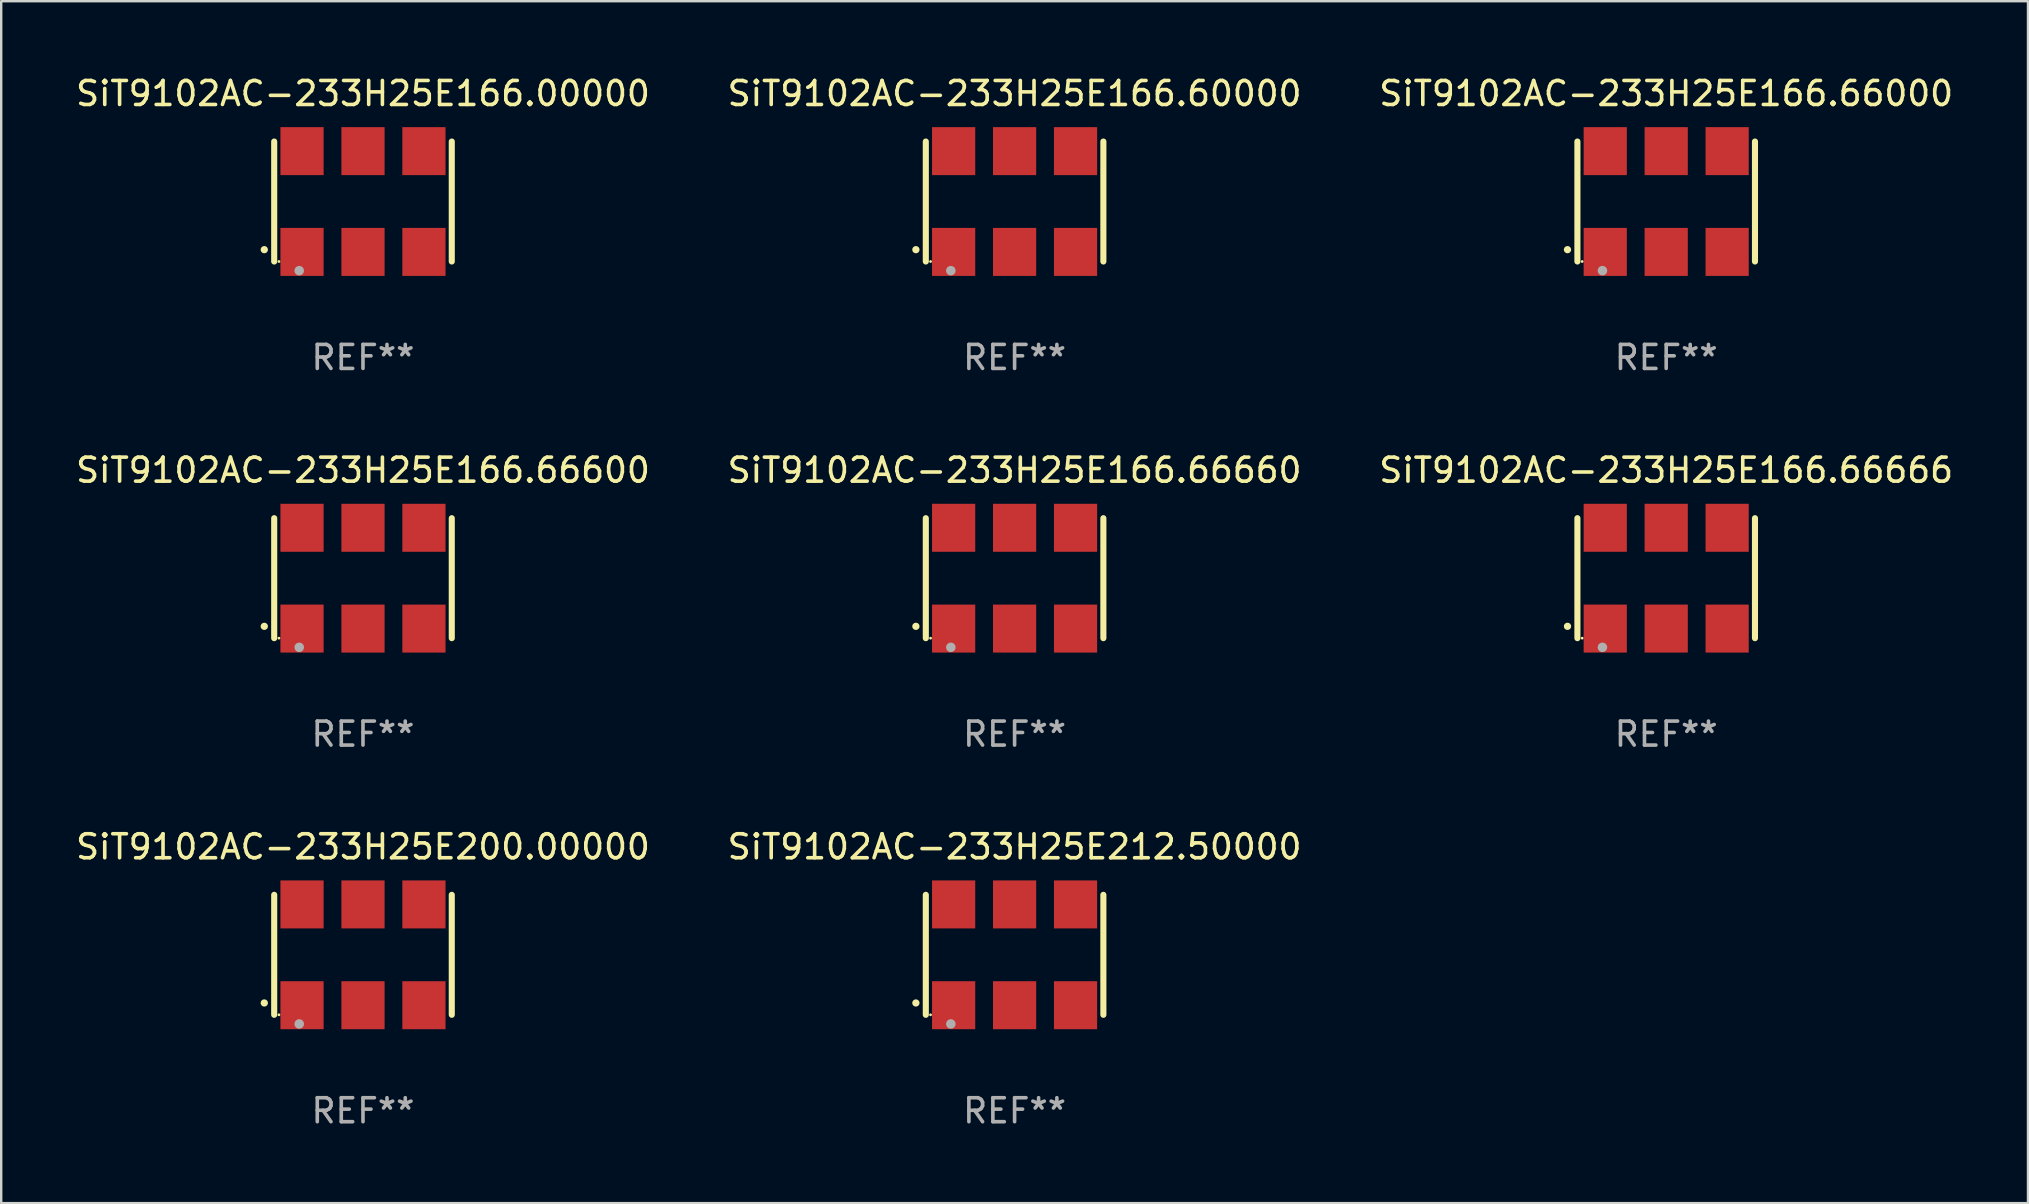
<source format=kicad_pcb>
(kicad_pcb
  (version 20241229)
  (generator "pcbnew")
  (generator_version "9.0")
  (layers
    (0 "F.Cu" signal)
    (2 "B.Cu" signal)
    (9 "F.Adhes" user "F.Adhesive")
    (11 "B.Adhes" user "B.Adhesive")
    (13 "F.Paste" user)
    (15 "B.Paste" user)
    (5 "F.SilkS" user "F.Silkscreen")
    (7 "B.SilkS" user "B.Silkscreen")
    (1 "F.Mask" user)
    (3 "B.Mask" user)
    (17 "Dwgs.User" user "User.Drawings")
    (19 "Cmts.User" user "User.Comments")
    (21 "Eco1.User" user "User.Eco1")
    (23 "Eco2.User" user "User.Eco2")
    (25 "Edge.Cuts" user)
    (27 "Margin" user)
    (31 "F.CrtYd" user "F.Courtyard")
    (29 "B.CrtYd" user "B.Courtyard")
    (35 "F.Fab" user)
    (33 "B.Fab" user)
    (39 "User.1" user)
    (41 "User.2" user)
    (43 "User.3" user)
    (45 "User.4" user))
  (footprint "SiT9102AC-233H25E166.00000"
    (layer "F.Cu")
    (at 12.077 5.348)
    (property "Reference" "SiT9102AC-233H25E166.00000" (at 0 -4.5 0) (layer "F.SilkS") (effects (font (size 1 1) (thickness 0.15))))
    (attr through_hole)
    (fp_line (start -3.7 -2.5) (end -3.7 2.5) (stroke (width 0.254) (type solid)) (layer "F.SilkS"))
    (fp_line (start 3.7 -2.5) (end 3.7 2.5) (stroke (width 0.254) (type solid)) (layer "F.SilkS"))
    (fp_arc (start -4.114415 2.006604) (mid -4.113145 2.006599) (end -4.111875 2.006604) (stroke (width 0.3) (type solid)) (layer "F.SilkS"))
    (fp_circle (center -3.502 2.5) (end -3.472 2.5) (stroke (width 0.06) (type solid)) (fill no) (layer "F.SilkS"))
    (fp_circle (center -2.657 2.882) (end -2.557 2.882) (stroke (width 0.2) (type solid)) (fill no) (layer "F.Fab"))
    (fp_text user "REF**" (at 0 6.5 0) (layer "F.Fab") (effects (font (size 1 1) (thickness 0.15))))
    (pad "1" smd rect (at -2.54 2.1) (size 1.8 2) (layers "F.Cu" "F.Mask" "F.Paste"))
    (pad "2" smd rect (at 0.000394 2.1) (size 1.8 2) (layers "F.Cu" "F.Mask" "F.Paste"))
    (pad "3" smd rect (at 2.54 2.1) (size 1.8 2) (layers "F.Cu" "F.Mask" "F.Paste"))
    (pad "4" smd rect (at 2.54 -2.1) (size 1.8 2) (layers "F.Cu" "F.Mask" "F.Paste"))
    (pad "5" smd rect (at 0.000394 -2.1) (size 1.8 2) (layers "F.Cu" "F.Mask" "F.Paste"))
    (pad "6" smd rect (at -2.54 -2.1) (size 1.8 2) (layers "F.Cu" "F.Mask" "F.Paste")))
  (footprint "SiT9102AC-233H25E166.66000"
    (layer "F.Cu")
    (at 66.387 5.348)
    (property "Reference" "SiT9102AC-233H25E166.66000" (at 0 -4.5 0) (layer "F.SilkS") (effects (font (size 1 1) (thickness 0.15))))
    (attr through_hole)
    (fp_line (start -3.7 -2.5) (end -3.7 2.5) (stroke (width 0.254) (type solid)) (layer "F.SilkS"))
    (fp_line (start 3.7 -2.5) (end 3.7 2.5) (stroke (width 0.254) (type solid)) (layer "F.SilkS"))
    (fp_arc (start -4.114415 2.006604) (mid -4.113145 2.006599) (end -4.111875 2.006604) (stroke (width 0.3) (type solid)) (layer "F.SilkS"))
    (fp_circle (center -3.502 2.5) (end -3.472 2.5) (stroke (width 0.06) (type solid)) (fill no) (layer "F.SilkS"))
    (fp_circle (center -2.657 2.882) (end -2.557 2.882) (stroke (width 0.2) (type solid)) (fill no) (layer "F.Fab"))
    (fp_text user "REF**" (at 0 6.5 0) (layer "F.Fab") (effects (font (size 1 1) (thickness 0.15))))
    (pad "1" smd rect (at -2.54 2.1) (size 1.8 2) (layers "F.Cu" "F.Mask" "F.Paste"))
    (pad "2" smd rect (at 0.000394 2.1) (size 1.8 2) (layers "F.Cu" "F.Mask" "F.Paste"))
    (pad "3" smd rect (at 2.54 2.1) (size 1.8 2) (layers "F.Cu" "F.Mask" "F.Paste"))
    (pad "4" smd rect (at 2.54 -2.1) (size 1.8 2) (layers "F.Cu" "F.Mask" "F.Paste"))
    (pad "5" smd rect (at 0.000394 -2.1) (size 1.8 2) (layers "F.Cu" "F.Mask" "F.Paste"))
    (pad "6" smd rect (at -2.54 -2.1) (size 1.8 2) (layers "F.Cu" "F.Mask" "F.Paste")))
  (footprint "SiT9102AC-233H25E166.60000"
    (layer "F.Cu")
    (at 39.232 5.348)
    (property "Reference" "SiT9102AC-233H25E166.60000" (at 0 -4.5 0) (layer "F.SilkS") (effects (font (size 1 1) (thickness 0.15))))
    (attr through_hole)
    (fp_line (start -3.7 -2.5) (end -3.7 2.5) (stroke (width 0.254) (type solid)) (layer "F.SilkS"))
    (fp_line (start 3.7 -2.5) (end 3.7 2.5) (stroke (width 0.254) (type solid)) (layer "F.SilkS"))
    (fp_arc (start -4.114415 2.006604) (mid -4.113145 2.006599) (end -4.111875 2.006604) (stroke (width 0.3) (type solid)) (layer "F.SilkS"))
    (fp_circle (center -3.502 2.5) (end -3.472 2.5) (stroke (width 0.06) (type solid)) (fill no) (layer "F.SilkS"))
    (fp_circle (center -2.657 2.882) (end -2.557 2.882) (stroke (width 0.2) (type solid)) (fill no) (layer "F.Fab"))
    (fp_text user "REF**" (at 0 6.5 0) (layer "F.Fab") (effects (font (size 1 1) (thickness 0.15))))
    (pad "1" smd rect (at -2.54 2.1) (size 1.8 2) (layers "F.Cu" "F.Mask" "F.Paste"))
    (pad "2" smd rect (at 0.000394 2.1) (size 1.8 2) (layers "F.Cu" "F.Mask" "F.Paste"))
    (pad "3" smd rect (at 2.54 2.1) (size 1.8 2) (layers "F.Cu" "F.Mask" "F.Paste"))
    (pad "4" smd rect (at 2.54 -2.1) (size 1.8 2) (layers "F.Cu" "F.Mask" "F.Paste"))
    (pad "5" smd rect (at 0.000394 -2.1) (size 1.8 2) (layers "F.Cu" "F.Mask" "F.Paste"))
    (pad "6" smd rect (at -2.54 -2.1) (size 1.8 2) (layers "F.Cu" "F.Mask" "F.Paste")))
  (footprint "SiT9102AC-233H25E166.66660"
    (layer "F.Cu")
    (at 39.232 21.045)
    (property "Reference" "SiT9102AC-233H25E166.66660" (at 0 -4.5 0) (layer "F.SilkS") (effects (font (size 1 1) (thickness 0.15))))
    (attr through_hole)
    (fp_line (start -3.7 -2.5) (end -3.7 2.5) (stroke (width 0.254) (type solid)) (layer "F.SilkS"))
    (fp_line (start 3.7 -2.5) (end 3.7 2.5) (stroke (width 0.254) (type solid)) (layer "F.SilkS"))
    (fp_arc (start -4.114415 2.006604) (mid -4.113145 2.006599) (end -4.111875 2.006604) (stroke (width 0.3) (type solid)) (layer "F.SilkS"))
    (fp_circle (center -3.502 2.5) (end -3.472 2.5) (stroke (width 0.06) (type solid)) (fill no) (layer "F.SilkS"))
    (fp_circle (center -2.657 2.882) (end -2.557 2.882) (stroke (width 0.2) (type solid)) (fill no) (layer "F.Fab"))
    (fp_text user "REF**" (at 0 6.5 0) (layer "F.Fab") (effects (font (size 1 1) (thickness 0.15))))
    (pad "1" smd rect (at -2.54 2.1) (size 1.8 2) (layers "F.Cu" "F.Mask" "F.Paste"))
    (pad "2" smd rect (at 0.000394 2.1) (size 1.8 2) (layers "F.Cu" "F.Mask" "F.Paste"))
    (pad "3" smd rect (at 2.54 2.1) (size 1.8 2) (layers "F.Cu" "F.Mask" "F.Paste"))
    (pad "4" smd rect (at 2.54 -2.1) (size 1.8 2) (layers "F.Cu" "F.Mask" "F.Paste"))
    (pad "5" smd rect (at 0.000394 -2.1) (size 1.8 2) (layers "F.Cu" "F.Mask" "F.Paste"))
    (pad "6" smd rect (at -2.54 -2.1) (size 1.8 2) (layers "F.Cu" "F.Mask" "F.Paste")))
  (footprint "SiT9102AC-233H25E166.66666"
    (layer "F.Cu")
    (at 66.387 21.045)
    (property "Reference" "SiT9102AC-233H25E166.66666" (at 0 -4.5 0) (layer "F.SilkS") (effects (font (size 1 1) (thickness 0.15))))
    (attr through_hole)
    (fp_line (start -3.7 -2.5) (end -3.7 2.5) (stroke (width 0.254) (type solid)) (layer "F.SilkS"))
    (fp_line (start 3.7 -2.5) (end 3.7 2.5) (stroke (width 0.254) (type solid)) (layer "F.SilkS"))
    (fp_arc (start -4.114415 2.006604) (mid -4.113145 2.006599) (end -4.111875 2.006604) (stroke (width 0.3) (type solid)) (layer "F.SilkS"))
    (fp_circle (center -3.502 2.5) (end -3.472 2.5) (stroke (width 0.06) (type solid)) (fill no) (layer "F.SilkS"))
    (fp_circle (center -2.657 2.882) (end -2.557 2.882) (stroke (width 0.2) (type solid)) (fill no) (layer "F.Fab"))
    (fp_text user "REF**" (at 0 6.5 0) (layer "F.Fab") (effects (font (size 1 1) (thickness 0.15))))
    (pad "1" smd rect (at -2.54 2.1) (size 1.8 2) (layers "F.Cu" "F.Mask" "F.Paste"))
    (pad "2" smd rect (at 0.000394 2.1) (size 1.8 2) (layers "F.Cu" "F.Mask" "F.Paste"))
    (pad "3" smd rect (at 2.54 2.1) (size 1.8 2) (layers "F.Cu" "F.Mask" "F.Paste"))
    (pad "4" smd rect (at 2.54 -2.1) (size 1.8 2) (layers "F.Cu" "F.Mask" "F.Paste"))
    (pad "5" smd rect (at 0.000394 -2.1) (size 1.8 2) (layers "F.Cu" "F.Mask" "F.Paste"))
    (pad "6" smd rect (at -2.54 -2.1) (size 1.8 2) (layers "F.Cu" "F.Mask" "F.Paste")))
  (footprint "SiT9102AC-233H25E212.50000"
    (layer "F.Cu")
    (at 39.232 36.741)
    (property "Reference" "SiT9102AC-233H25E212.50000" (at 0 -4.5 0) (layer "F.SilkS") (effects (font (size 1 1) (thickness 0.15))))
    (attr through_hole)
    (fp_line (start -3.7 -2.5) (end -3.7 2.5) (stroke (width 0.254) (type solid)) (layer "F.SilkS"))
    (fp_line (start 3.7 -2.5) (end 3.7 2.5) (stroke (width 0.254) (type solid)) (layer "F.SilkS"))
    (fp_arc (start -4.114415 2.006604) (mid -4.113145 2.006599) (end -4.111875 2.006604) (stroke (width 0.3) (type solid)) (layer "F.SilkS"))
    (fp_circle (center -3.502 2.5) (end -3.472 2.5) (stroke (width 0.06) (type solid)) (fill no) (layer "F.SilkS"))
    (fp_circle (center -2.657 2.882) (end -2.557 2.882) (stroke (width 0.2) (type solid)) (fill no) (layer "F.Fab"))
    (fp_text user "REF**" (at 0 6.5 0) (layer "F.Fab") (effects (font (size 1 1) (thickness 0.15))))
    (pad "1" smd rect (at -2.54 2.1) (size 1.8 2) (layers "F.Cu" "F.Mask" "F.Paste"))
    (pad "2" smd rect (at 0.000394 2.1) (size 1.8 2) (layers "F.Cu" "F.Mask" "F.Paste"))
    (pad "3" smd rect (at 2.54 2.1) (size 1.8 2) (layers "F.Cu" "F.Mask" "F.Paste"))
    (pad "4" smd rect (at 2.54 -2.1) (size 1.8 2) (layers "F.Cu" "F.Mask" "F.Paste"))
    (pad "5" smd rect (at 0.000394 -2.1) (size 1.8 2) (layers "F.Cu" "F.Mask" "F.Paste"))
    (pad "6" smd rect (at -2.54 -2.1) (size 1.8 2) (layers "F.Cu" "F.Mask" "F.Paste")))
  (footprint "SiT9102AC-233H25E200.00000"
    (layer "F.Cu")
    (at 12.077 36.741)
    (property "Reference" "SiT9102AC-233H25E200.00000" (at 0 -4.5 0) (layer "F.SilkS") (effects (font (size 1 1) (thickness 0.15))))
    (attr through_hole)
    (fp_line (start -3.7 -2.5) (end -3.7 2.5) (stroke (width 0.254) (type solid)) (layer "F.SilkS"))
    (fp_line (start 3.7 -2.5) (end 3.7 2.5) (stroke (width 0.254) (type solid)) (layer "F.SilkS"))
    (fp_arc (start -4.114415 2.006604) (mid -4.113145 2.006599) (end -4.111875 2.006604) (stroke (width 0.3) (type solid)) (layer "F.SilkS"))
    (fp_circle (center -3.502 2.5) (end -3.472 2.5) (stroke (width 0.06) (type solid)) (fill no) (layer "F.SilkS"))
    (fp_circle (center -2.657 2.882) (end -2.557 2.882) (stroke (width 0.2) (type solid)) (fill no) (layer "F.Fab"))
    (fp_text user "REF**" (at 0 6.5 0) (layer "F.Fab") (effects (font (size 1 1) (thickness 0.15))))
    (pad "1" smd rect (at -2.54 2.1) (size 1.8 2) (layers "F.Cu" "F.Mask" "F.Paste"))
    (pad "2" smd rect (at 0.000394 2.1) (size 1.8 2) (layers "F.Cu" "F.Mask" "F.Paste"))
    (pad "3" smd rect (at 2.54 2.1) (size 1.8 2) (layers "F.Cu" "F.Mask" "F.Paste"))
    (pad "4" smd rect (at 2.54 -2.1) (size 1.8 2) (layers "F.Cu" "F.Mask" "F.Paste"))
    (pad "5" smd rect (at 0.000394 -2.1) (size 1.8 2) (layers "F.Cu" "F.Mask" "F.Paste"))
    (pad "6" smd rect (at -2.54 -2.1) (size 1.8 2) (layers "F.Cu" "F.Mask" "F.Paste")))
  (footprint "SiT9102AC-233H25E166.66600"
    (layer "F.Cu")
    (at 12.077 21.045)
    (property "Reference" "SiT9102AC-233H25E166.66600" (at 0 -4.5 0) (layer "F.SilkS") (effects (font (size 1 1) (thickness 0.15))))
    (attr through_hole)
    (fp_line (start -3.7 -2.5) (end -3.7 2.5) (stroke (width 0.254) (type solid)) (layer "F.SilkS"))
    (fp_line (start 3.7 -2.5) (end 3.7 2.5) (stroke (width 0.254) (type solid)) (layer "F.SilkS"))
    (fp_arc (start -4.114415 2.006604) (mid -4.113145 2.006599) (end -4.111875 2.006604) (stroke (width 0.3) (type solid)) (layer "F.SilkS"))
    (fp_circle (center -3.502 2.5) (end -3.472 2.5) (stroke (width 0.06) (type solid)) (fill no) (layer "F.SilkS"))
    (fp_circle (center -2.657 2.882) (end -2.557 2.882) (stroke (width 0.2) (type solid)) (fill no) (layer "F.Fab"))
    (fp_text user "REF**" (at 0 6.5 0) (layer "F.Fab") (effects (font (size 1 1) (thickness 0.15))))
    (pad "1" smd rect (at -2.54 2.1) (size 1.8 2) (layers "F.Cu" "F.Mask" "F.Paste"))
    (pad "2" smd rect (at 0.000394 2.1) (size 1.8 2) (layers "F.Cu" "F.Mask" "F.Paste"))
    (pad "3" smd rect (at 2.54 2.1) (size 1.8 2) (layers "F.Cu" "F.Mask" "F.Paste"))
    (pad "4" smd rect (at 2.54 -2.1) (size 1.8 2) (layers "F.Cu" "F.Mask" "F.Paste"))
    (pad "5" smd rect (at 0.000394 -2.1) (size 1.8 2) (layers "F.Cu" "F.Mask" "F.Paste"))
    (pad "6" smd rect (at -2.54 -2.1) (size 1.8 2) (layers "F.Cu" "F.Mask" "F.Paste")))
  (gr_rect
    (start -3 -3)
    (end 81.464 47.09)
    (stroke (width 0.1) (type default))
    (fill no)
    (layer "Edge.Cuts")))
</source>
